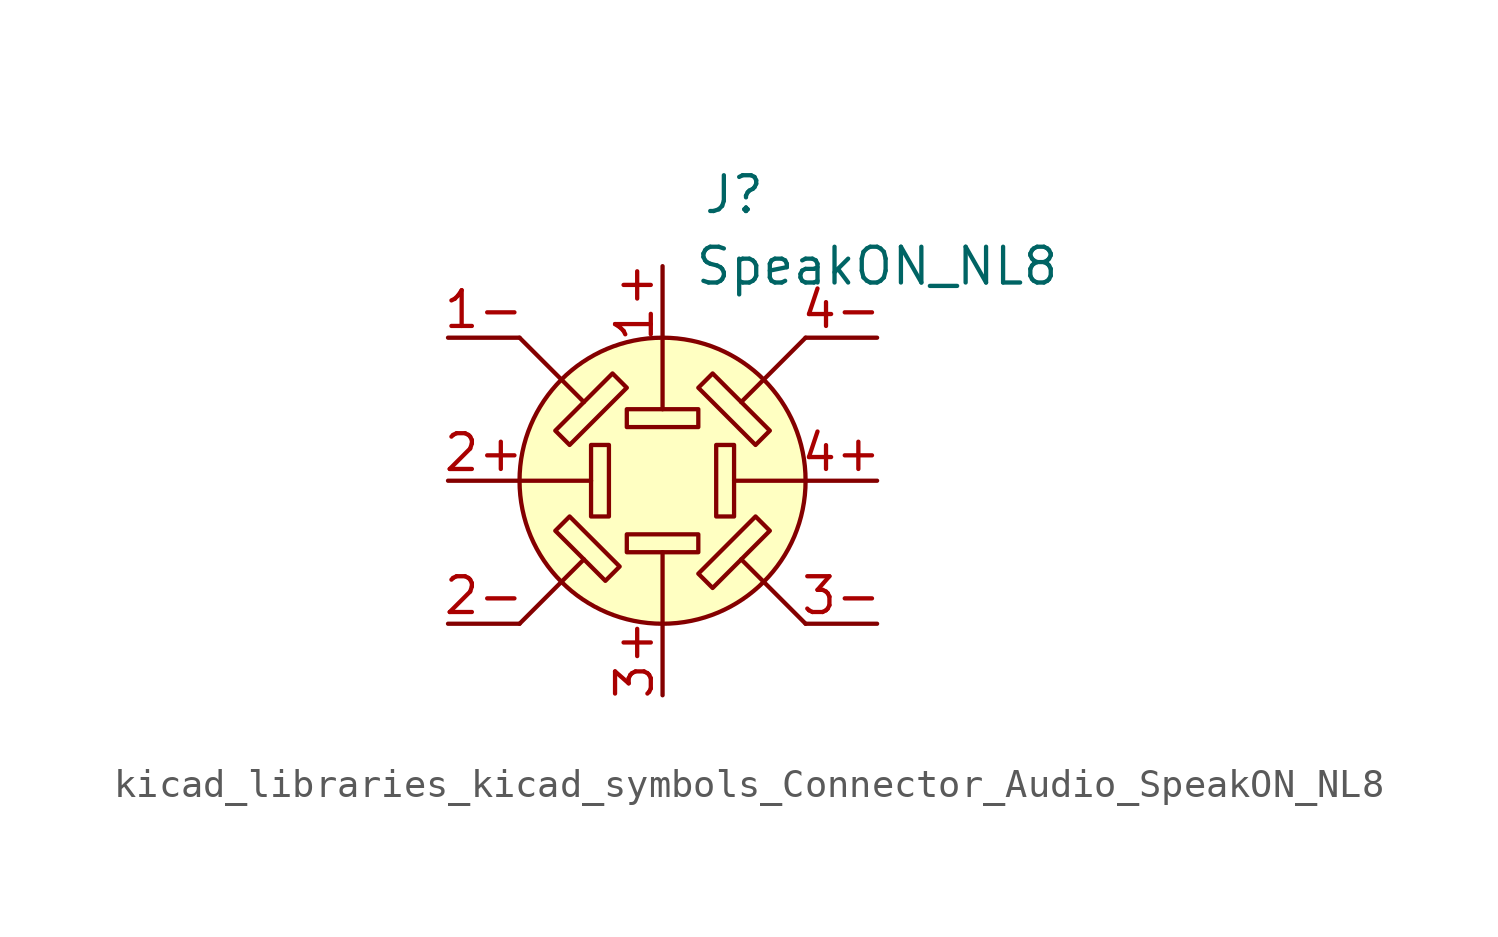
<source format=kicad_sym>
(kicad_symbol_lib
  (version 20220914)
  (generator kicad_symbol_editor)
  (symbol "kicad_libraries_kicad_symbols_Connector_Audio_SpeakON_NL8"
    (pin_names hide)
    (property "Reference" "J"
      (at 2.54 10.16 0)
      (effects (font (size 1.27 1.27))))
    (property "Value" "SpeakON_NL8"
      (at 7.62 7.62 0)
      (effects (font (size 1.27 1.27))))
    (symbol "kicad_libraries_kicad_symbols_Connector_Audio_SpeakON_NL8_0_1"
      (rectangle (start -2.54 1.27) (end -1.905 -1.27) (stroke (width 0) (type default)) (fill (type none)))
      (rectangle (start -1.27 -2.54) (end 1.27 -1.905) (stroke (width 0) (type default)) (fill (type none)))
      (rectangle (start -1.27 2.54) (end 1.27 1.905) (stroke (width 0) (type default)) (fill (type none)))
      (polyline (pts (xy -5.08 -5.08) (xy -2.794 -2.794)) (stroke (width 0) (type default)) (fill (type none)))
      (polyline (pts (xy -5.08 0) (xy -2.54 0)) (stroke (width 0) (type default)) (fill (type none)))
      (polyline (pts (xy -2.794 2.794) (xy -5.08 5.08)) (stroke (width 0) (type default)) (fill (type none)))
      (polyline (pts (xy 0 -5.08) (xy 0 -2.54)) (stroke (width 0) (type default)) (fill (type none)))
      (polyline (pts (xy 0 5.08) (xy 0 2.54)) (stroke (width 0) (type default)) (fill (type none)))
      (polyline (pts (xy 5.08 -5.08) (xy 2.794 -2.794)) (stroke (width 0) (type default)) (fill (type none)))
      (polyline (pts (xy 5.08 0) (xy 2.54 0)) (stroke (width 0) (type default)) (fill (type none)))
      (polyline (pts (xy 5.08 5.08) (xy 2.794 2.794)) (stroke (width 0) (type default)) (fill (type none)))
      (polyline (pts (xy -3.302 -1.27) (xy -1.524 -3.048) (xy -2.032 -3.556) (xy -3.81 -1.778) (xy -3.302 -1.27)) (stroke (width 0) (type default)) (fill (type none)))
      (polyline (pts (xy -1.27 3.302) (xy -3.302 1.27) (xy -3.81 1.778) (xy -1.778 3.81) (xy -1.27 3.302)) (stroke (width 0) (type default)) (fill (type none)))
      (polyline (pts (xy 1.27 3.302) (xy 3.302 1.27) (xy 3.81 1.778) (xy 1.778 3.81) (xy 1.27 3.302)) (stroke (width 0) (type default)) (fill (type none)))
      (polyline (pts (xy 3.302 -1.27) (xy 1.27 -3.302) (xy 1.778 -3.81) (xy 3.81 -1.778) (xy 3.302 -1.27)) (stroke (width 0) (type default)) (fill (type none)))
      (circle (center 0 0) (radius 5.08) (stroke (width 0) (type default)) (fill (type background)))
      (rectangle (start 2.54 1.27) (end 1.905 -1.27) (stroke (width 0) (type default)) (fill (type none)))
      (pin passive line (at -7.62 5.08 0) (length 2.54) (name "1-" (effects (font (size 1.27 1.27)))) (number "1-" (effects (font (size 1.27 1.27)))))
      (pin passive line (at -7.62 0 0) (length 2.54) (name "2+" (effects (font (size 1.27 1.27)))) (number "2+" (effects (font (size 1.27 1.27)))))
      (pin passive line (at -7.62 -5.08 0) (length 2.54) (name "2-" (effects (font (size 1.27 1.27)))) (number "2-" (effects (font (size 1.27 1.27)))))
      (pin passive line (at 0 -7.62 90) (length 2.54) (name "3+" (effects (font (size 1.27 1.27)))) (number "3+" (effects (font (size 1.27 1.27)))))
      (pin passive line (at 7.62 -5.08 180) (length 2.54) (name "3-" (effects (font (size 1.27 1.27)))) (number "3-" (effects (font (size 1.27 1.27)))))
      (pin passive line (at 7.62 0 180) (length 2.54) (name "4+" (effects (font (size 1.27 1.27)))) (number "4+" (effects (font (size 1.27 1.27)))))
      (pin passive line (at 7.62 5.08 180) (length 2.54) (name "4-" (effects (font (size 1.27 1.27)))) (number "4-" (effects (font (size 1.27 1.27))))))
    (symbol "kicad_libraries_kicad_symbols_Connector_Audio_SpeakON_NL8_1_1"
      (pin passive line (at 0 7.62 270) (length 2.54) (name "1+" (effects (font (size 1.27 1.27)))) (number "1+" (effects (font (size 1.27 1.27))))))))
</source>
